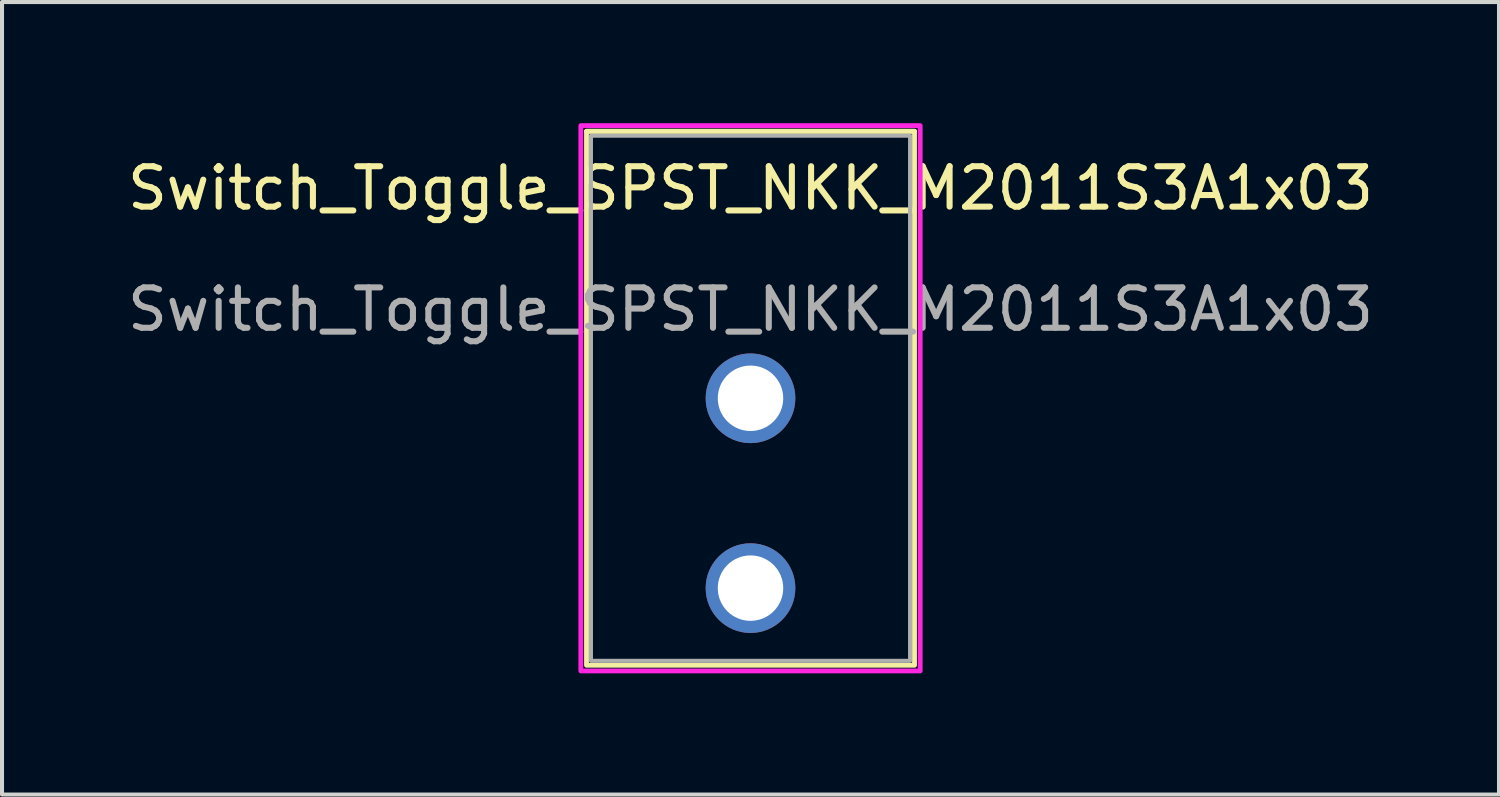
<source format=kicad_pcb>
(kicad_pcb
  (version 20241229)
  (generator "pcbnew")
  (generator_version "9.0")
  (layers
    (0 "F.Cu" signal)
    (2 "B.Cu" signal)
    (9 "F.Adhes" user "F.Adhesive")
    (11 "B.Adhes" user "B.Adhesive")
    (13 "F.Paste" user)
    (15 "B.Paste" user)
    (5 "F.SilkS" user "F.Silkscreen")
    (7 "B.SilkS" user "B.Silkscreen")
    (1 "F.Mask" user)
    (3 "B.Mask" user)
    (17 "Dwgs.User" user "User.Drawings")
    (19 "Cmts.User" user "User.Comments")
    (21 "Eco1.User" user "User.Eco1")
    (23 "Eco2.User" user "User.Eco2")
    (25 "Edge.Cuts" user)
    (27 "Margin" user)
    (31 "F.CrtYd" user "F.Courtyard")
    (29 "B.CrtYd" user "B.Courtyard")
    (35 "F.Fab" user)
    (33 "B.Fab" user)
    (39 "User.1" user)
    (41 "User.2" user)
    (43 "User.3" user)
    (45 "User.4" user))
  (footprint "Switch_Toggle_SPST_NKK_M2011S3A1x03"
    (layer "F.Cu")
    (at 15.53 2.11)
    (property "Reference" "Switch_Toggle_SPST_NKK_M2011S3A1x03" (at 0 -0.5 0) (unlocked yes) (layer "F.SilkS") (effects (font (size 1 1) (thickness 0.15))))
    (attr through_hole)
    (fp_rect (start -4.06 -1.91) (end 4.06 -1.91) (stroke (width 0.12) (type solid)) (fill no) (layer "F.SilkS"))
    (fp_rect (start 4.06 11.31) (end -4.06 -1.91) (stroke (width 0.12) (type solid)) (fill no) (layer "F.SilkS"))
    (fp_rect (start -4.2 -2.05) (end 4.2 11.45) (stroke (width 0.12) (type solid)) (fill no) (layer "F.CrtYd"))
    (fp_rect (start -3.95 -1.8) (end 3.95 11.2) (stroke (width 0.1) (type solid)) (fill no) (layer "F.Fab"))
    (fp_text user "${REFERENCE}" (at 0 2.5 0) (unlocked yes) (layer "F.Fab") (effects (font (size 1 1) (thickness 0.15))))
    (pad "2" thru_hole circle (at 0 4.7) (size 2.22 2.22) (drill 1.62) (layers "*.Cu" "*.Mask"))
    (pad "3" thru_hole circle (at 0 9.4) (size 2.22 2.22) (drill 1.62) (layers "*.Cu" "*.Mask")))
  (gr_rect
    (start -3 -3)
    (end 34.06 16.62)
    (stroke (width 0.1) (type default))
    (fill no)
    (layer "Edge.Cuts")))
</source>
